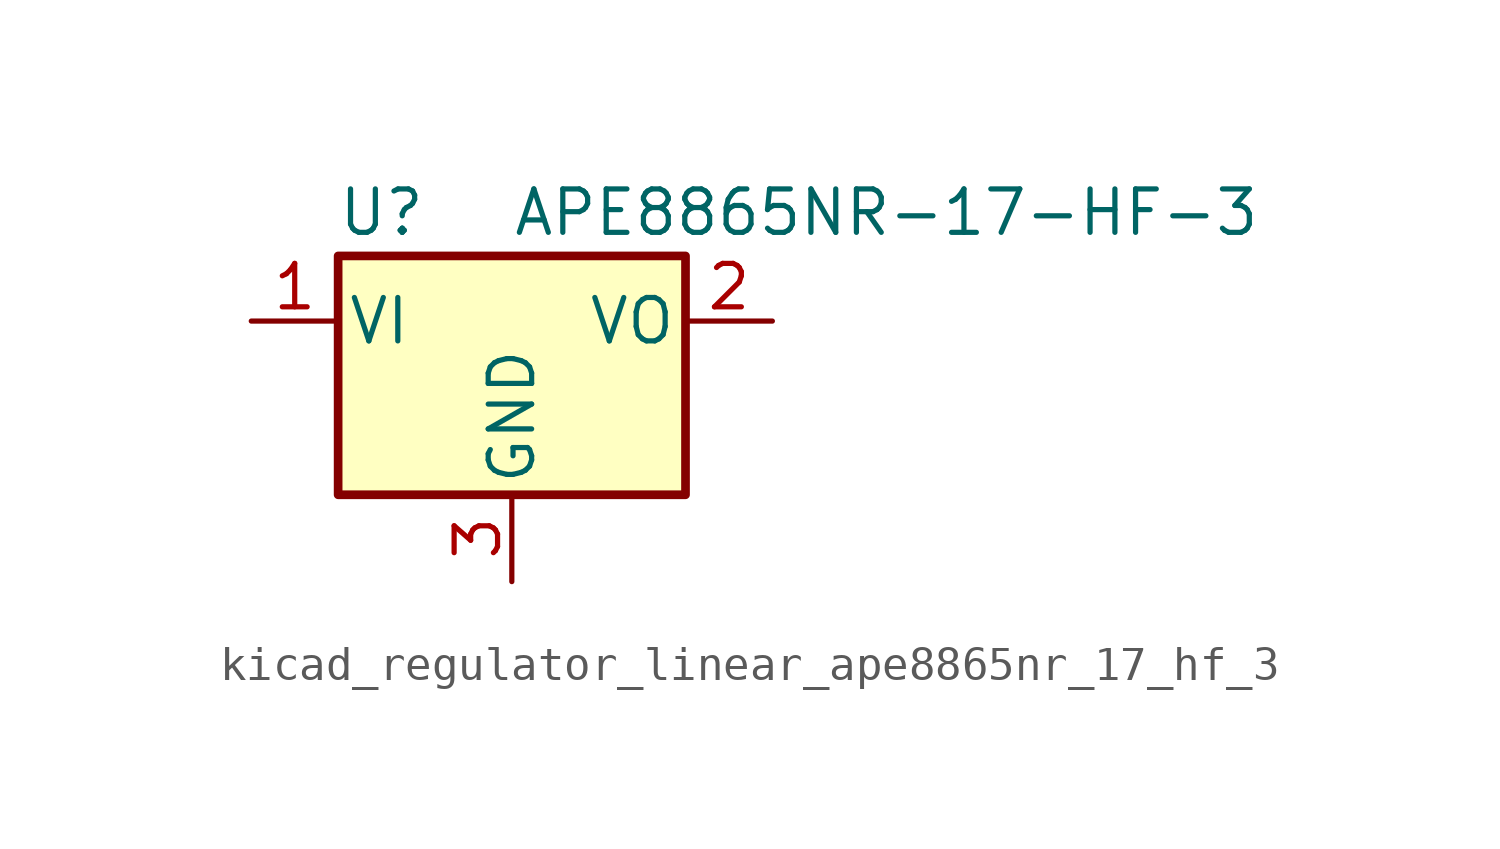
<source format=kicad_sym>
(kicad_symbol_lib
  (version 20220914)
  (generator kicad_symbol_editor)
  (symbol "kicad_regulator_linear_ape8865nr_17_hf_3"
    (pin_names
      (offset 0.254))
    (property "Reference" "U"
      (at -3.81 3.175 0)
      (effects (font (size 1.27 1.27))))
    (property "Value" "APE8865NR-17-HF-3"
      (at 0 3.175 0)
      (effects (font (size 1.27 1.27)) (justify left)))
    (symbol "kicad_regulator_linear_ape8865nr_17_hf_3_0_1"
      (rectangle (start -5.08 1.905) (end 5.08 -5.08) (stroke (width 0.254) (type default)) (fill (type background))))
    (symbol "kicad_regulator_linear_ape8865nr_17_hf_3_1_1"
      (pin power_in line (at -7.62 0 0) (length 2.54) (name "VI" (effects (font (size 1.27 1.27)))) (number "1" (effects (font (size 1.27 1.27)))))
      (pin power_out line (at 7.62 0 180) (length 2.54) (name "VO" (effects (font (size 1.27 1.27)))) (number "2" (effects (font (size 1.27 1.27)))))
      (pin power_in line (at 0 -7.62 90) (length 2.54) (name "GND" (effects (font (size 1.27 1.27)))) (number "3" (effects (font (size 1.27 1.27))))))))
</source>
